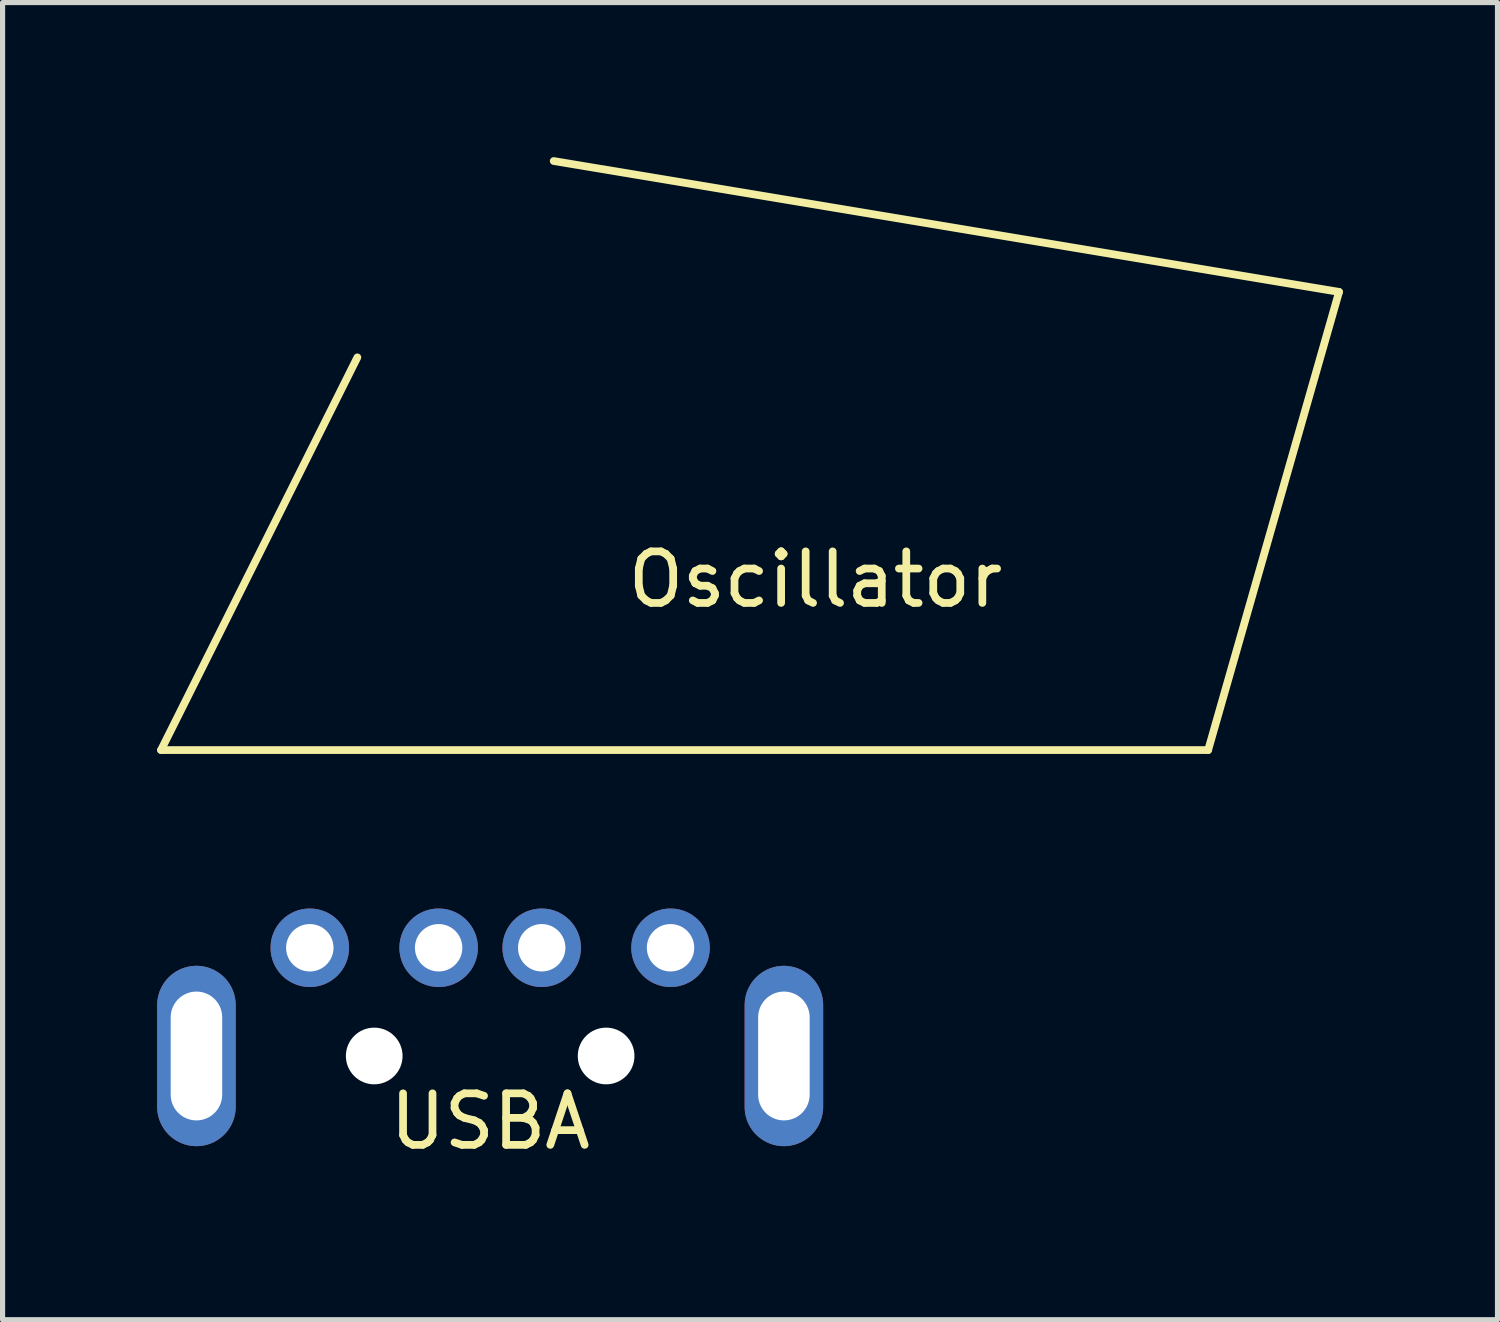
<source format=kicad_pcb>
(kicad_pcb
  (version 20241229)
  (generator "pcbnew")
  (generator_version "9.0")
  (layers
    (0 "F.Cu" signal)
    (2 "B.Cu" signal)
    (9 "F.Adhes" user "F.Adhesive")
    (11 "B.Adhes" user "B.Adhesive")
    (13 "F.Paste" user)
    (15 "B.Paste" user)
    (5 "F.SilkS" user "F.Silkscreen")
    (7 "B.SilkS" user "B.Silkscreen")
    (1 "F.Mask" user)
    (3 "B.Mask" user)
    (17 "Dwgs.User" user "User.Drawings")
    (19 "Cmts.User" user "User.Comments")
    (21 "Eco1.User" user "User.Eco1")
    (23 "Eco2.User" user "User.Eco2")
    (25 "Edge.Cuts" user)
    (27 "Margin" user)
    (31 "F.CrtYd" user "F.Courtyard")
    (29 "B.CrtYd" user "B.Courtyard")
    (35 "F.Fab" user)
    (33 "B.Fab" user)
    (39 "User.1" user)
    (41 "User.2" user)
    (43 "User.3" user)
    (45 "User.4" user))
  (footprint "USBA"
    (layer "F.Cu")
    (at 6.462 17.442)
    (property "Reference" "USBA" (at 0 1.27 0) (layer "F.SilkS") (effects (font (size 1 1) (thickness 0.15))))
    (attr through_hole)
    (pad "" np_thru_hole circle (at -2.25 0) (size 1.1 1.1) (drill 1.1) (layers "*.Cu" "*.Mask"))
    (pad "" np_thru_hole circle (at 2.25 0) (size 1.1 1.1) (drill 1.1) (layers "*.Cu" "*.Mask"))
    (pad "1" thru_hole circle (at 3.5 -2.1) (size 1.524 1.524) (drill 0.92) (layers "*.Cu" "*.Mask"))
    (pad "2" thru_hole circle (at 1 -2.1) (size 1.524 1.524) (drill 0.92) (layers "*.Cu" "*.Mask"))
    (pad "3" thru_hole circle (at -1 -2.1) (size 1.524 1.524) (drill 0.92) (layers "*.Cu" "*.Mask"))
    (pad "4" thru_hole circle (at -3.5 -2.1) (size 1.524 1.524) (drill 0.92) (layers "*.Cu" "*.Mask"))
    (pad "5" thru_hole oval (at -5.7 0) (size 1.524 3.5) (drill oval 1 2.5) (layers "*.Cu" "*.Mask"))
    (pad "5" thru_hole oval (at 5.7 0) (size 1.524 3.5) (drill oval 1 2.5) (layers "*.Cu" "*.Mask")))
  (footprint "Oscillator"
    (layer "F.Cu")
    (at 12.775 7.695)
    (property "Reference" "Oscillator" (at 0 0.5 0) (layer "F.SilkS") (effects (font (size 1 1) (thickness 0.15))))
    (attr through_hole)
    (fp_line (start -12.7 3.81) (end -8.89 -3.81) (stroke (width 0.15) (type solid)) (layer "F.SilkS"))
    (fp_line (start -5.08 -7.62) (end 10.16 -5.08) (stroke (width 0.15) (type solid)) (layer "F.SilkS"))
    (fp_line (start 7.62 3.81) (end -12.7 3.81) (stroke (width 0.15) (type solid)) (layer "F.SilkS"))
    (fp_line (start 10.16 -5.08) (end 7.62 3.81) (stroke (width 0.15) (type solid)) (layer "F.SilkS")))
  (gr_rect
    (start -3 -3)
    (end 26.01 22.56)
    (stroke (width 0.1) (type default))
    (fill no)
    (layer "Edge.Cuts")))
</source>
